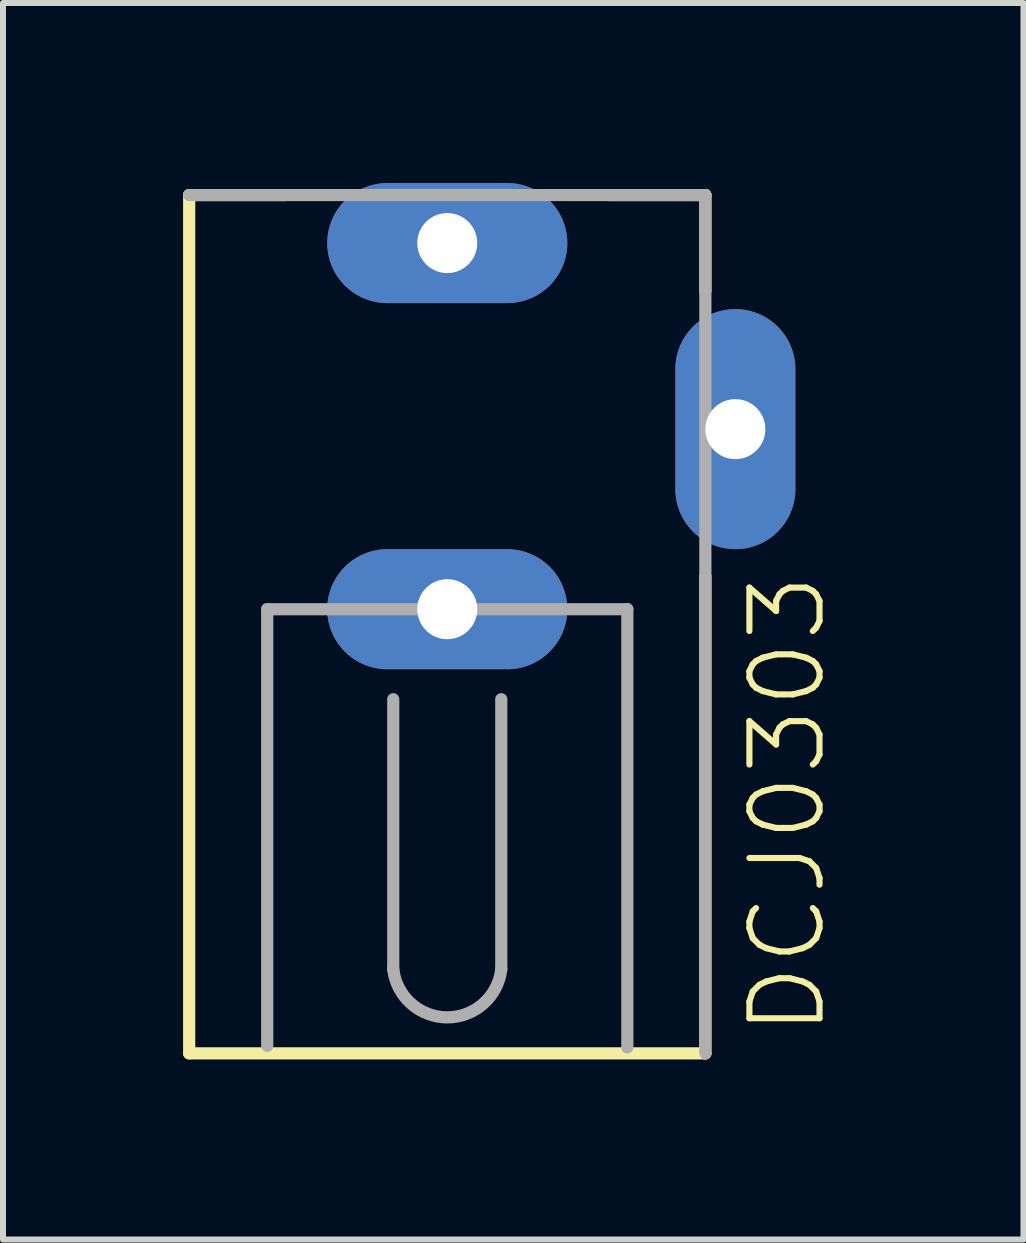
<source format=kicad_pcb>
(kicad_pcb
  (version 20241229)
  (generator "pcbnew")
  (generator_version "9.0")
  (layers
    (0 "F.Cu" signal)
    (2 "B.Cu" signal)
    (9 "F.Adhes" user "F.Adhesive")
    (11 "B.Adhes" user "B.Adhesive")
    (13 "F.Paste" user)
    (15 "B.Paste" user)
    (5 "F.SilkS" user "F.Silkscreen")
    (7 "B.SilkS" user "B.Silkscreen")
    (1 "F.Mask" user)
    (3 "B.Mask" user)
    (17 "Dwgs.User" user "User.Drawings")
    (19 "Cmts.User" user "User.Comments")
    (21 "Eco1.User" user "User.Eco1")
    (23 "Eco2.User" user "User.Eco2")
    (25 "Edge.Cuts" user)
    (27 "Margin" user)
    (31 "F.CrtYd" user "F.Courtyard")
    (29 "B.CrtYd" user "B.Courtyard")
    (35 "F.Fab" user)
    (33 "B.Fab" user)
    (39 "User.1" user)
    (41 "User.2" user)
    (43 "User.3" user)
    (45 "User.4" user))
  (footprint "DCJ0303"
    (layer "F.Cu")
    (at 4.402 4.1)
    (property "Reference" "DCJ0303" (at 6.35 10.16 90) (layer "F.SilkS") (effects (font (size 1.168 1.168) (thickness 0.102)) (justify left bottom)))
    (fp_line (start -4.3 -3.9) (end -4.3 10.4) (stroke (width 0.203) (type solid)) (layer "F.SilkS"))
    (fp_line (start -4.3 10.4) (end 4.3 10.4) (stroke (width 0.203) (type solid)) (layer "F.SilkS"))
    (fp_line (start -2.7 -3.9) (end -4.3 -3.9) (stroke (width 0.203) (type solid)) (layer "F.SilkS"))
    (fp_line (start 4.3 -3.9) (end 2.7 -3.9) (stroke (width 0.203) (type solid)) (layer "F.SilkS"))
    (fp_line (start 4.3 -2.3) (end 4.3 -3.9) (stroke (width 0.203) (type solid)) (layer "F.SilkS"))
    (fp_line (start 4.3 10.4) (end 4.3 2.45) (stroke (width 0.203) (type solid)) (layer "F.SilkS"))
    (fp_line (start -3 10.275) (end -3 3) (stroke (width 0.203) (type solid)) (layer "F.Fab"))
    (fp_line (start -0.9 9) (end -0.9 4.5) (stroke (width 0.203) (type solid)) (layer "F.Fab"))
    (fp_line (start 0.9 9) (end 0.9 4.5) (stroke (width 0.203) (type solid)) (layer "F.Fab"))
    (fp_line (start 3 3) (end -3 3) (stroke (width 0.203) (type solid)) (layer "F.Fab"))
    (fp_line (start 3 10.3) (end 3 3) (stroke (width 0.203) (type solid)) (layer "F.Fab"))
    (fp_line (start 4.3 -3.9) (end -4.3 -3.9) (stroke (width 0.203) (type solid)) (layer "F.Fab"))
    (fp_line (start 4.3 10.4) (end 4.3 -3.9) (stroke (width 0.203) (type solid)) (layer "F.Fab"))
    (fp_arc (start 0.9 8.999998) (mid 0.000001 9.800308) (end -0.9 9) (stroke (width 0.2032) (type solid)) (layer "F.Fab"))
    (pad "1" thru_hole oval (at 0 -3.1 180) (size 4 2) (drill 1) (layers "*.Cu" "*.Mask"))
    (pad "2" thru_hole oval (at 4.8 0 90) (size 4 2) (drill 1) (layers "*.Cu" "*.Mask"))
    (pad "3" thru_hole oval (at 0 3 180) (size 4 2) (drill 1) (layers "*.Cu" "*.Mask")))
  (gr_rect
    (start -3 -3)
    (end 14.002 17.602)
    (stroke (width 0.1) (type default))
    (fill no)
    (layer "Edge.Cuts")))
</source>
